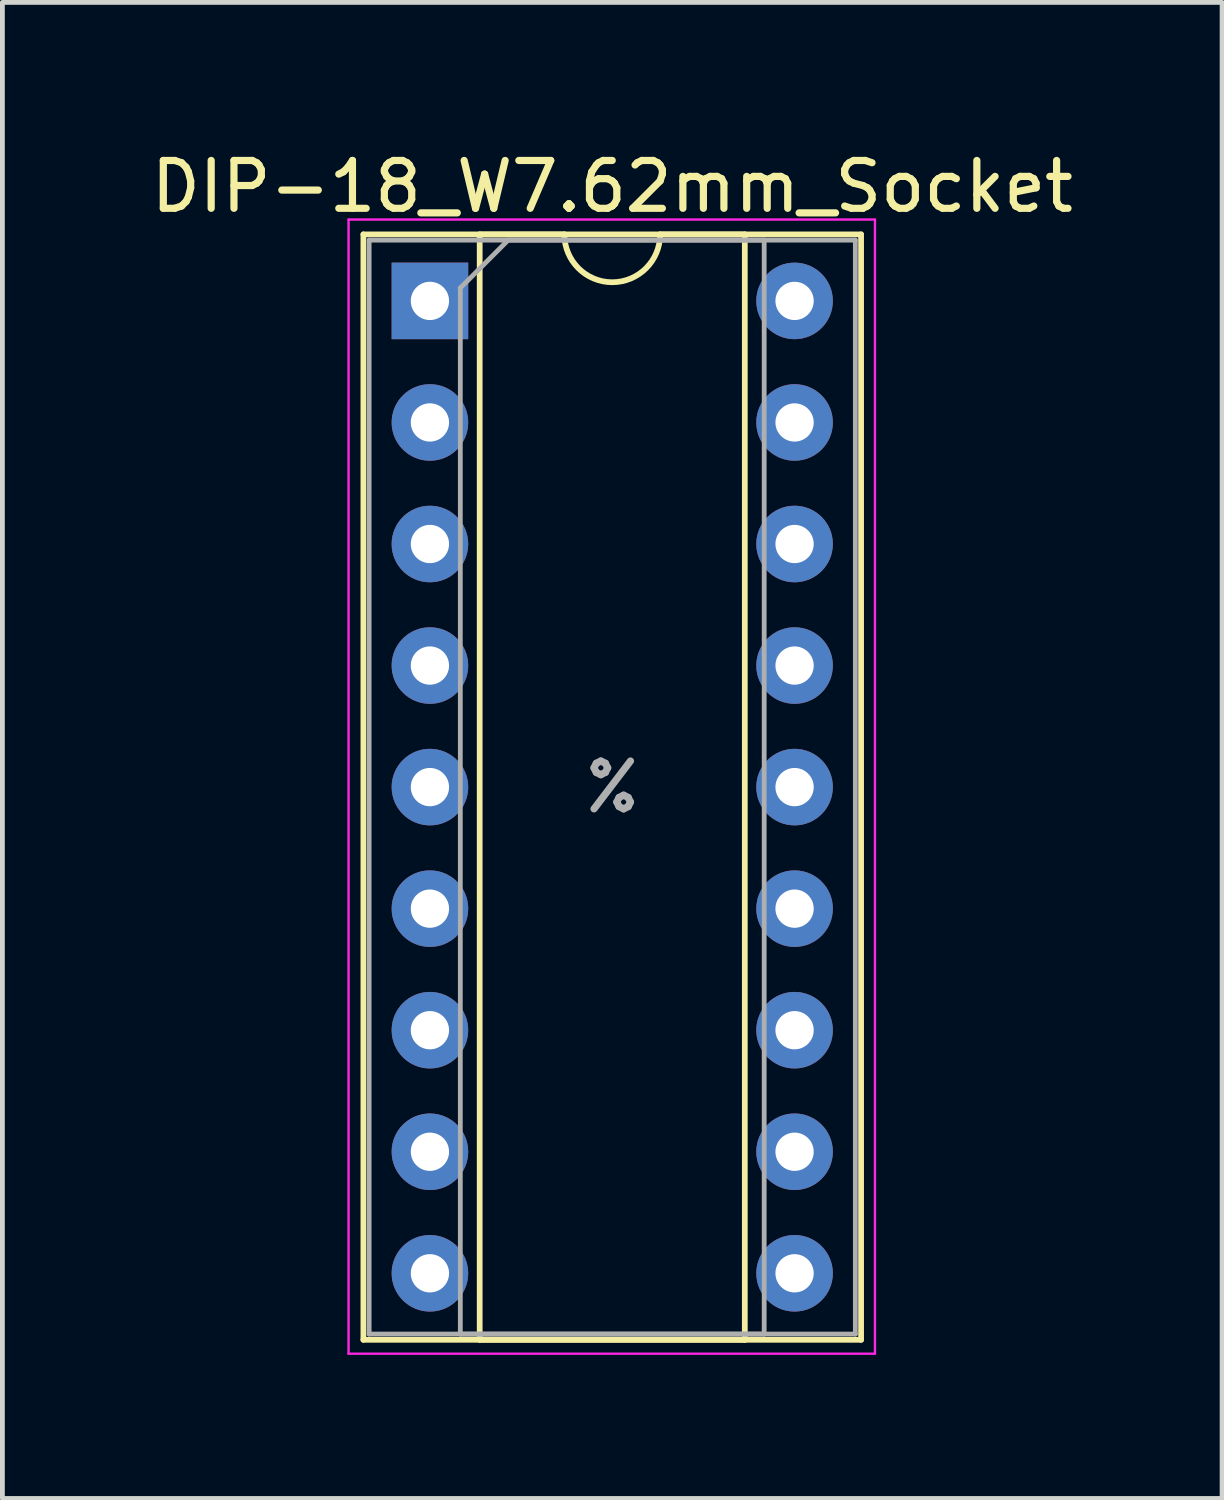
<source format=kicad_pcb>
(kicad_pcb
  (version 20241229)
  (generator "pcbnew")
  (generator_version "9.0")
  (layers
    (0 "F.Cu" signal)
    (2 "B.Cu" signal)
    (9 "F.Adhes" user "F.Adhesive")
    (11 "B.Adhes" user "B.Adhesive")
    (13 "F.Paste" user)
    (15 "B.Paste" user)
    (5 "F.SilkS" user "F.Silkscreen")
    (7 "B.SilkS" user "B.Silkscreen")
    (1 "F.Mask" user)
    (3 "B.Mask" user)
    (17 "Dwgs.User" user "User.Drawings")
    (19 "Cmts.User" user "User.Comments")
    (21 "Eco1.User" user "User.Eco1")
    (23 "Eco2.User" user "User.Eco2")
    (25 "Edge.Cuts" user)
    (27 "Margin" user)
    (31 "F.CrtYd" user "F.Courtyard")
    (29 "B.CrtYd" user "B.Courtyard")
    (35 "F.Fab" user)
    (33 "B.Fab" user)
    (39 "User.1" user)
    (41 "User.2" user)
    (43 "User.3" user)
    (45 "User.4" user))
  (footprint "DIP-18_W7.62mm_Socket"
    (layer "F.Cu")
    (at 5.934 3.238)
    (property "Reference" "DIP-18_W7.62mm_Socket" (at 3.81 -2.39 0) (layer "F.SilkS") (effects (font (size 1 1) (thickness 0.15))))
    (attr through_hole)
    (fp_line (start -1.39 -1.39) (end -1.39 21.71) (stroke (width 0.12) (type solid)) (layer "F.SilkS"))
    (fp_line (start -1.39 21.71) (end 9.01 21.71) (stroke (width 0.12) (type solid)) (layer "F.SilkS"))
    (fp_line (start 1.04 -1.39) (end 1.04 21.71) (stroke (width 0.12) (type solid)) (layer "F.SilkS"))
    (fp_line (start 1.04 21.71) (end 6.58 21.71) (stroke (width 0.12) (type solid)) (layer "F.SilkS"))
    (fp_line (start 2.81 -1.39) (end 1.04 -1.39) (stroke (width 0.12) (type solid)) (layer "F.SilkS"))
    (fp_line (start 6.58 -1.39) (end 4.81 -1.39) (stroke (width 0.12) (type solid)) (layer "F.SilkS"))
    (fp_line (start 6.58 21.71) (end 6.58 -1.39) (stroke (width 0.12) (type solid)) (layer "F.SilkS"))
    (fp_line (start 9.01 -1.39) (end -1.39 -1.39) (stroke (width 0.12) (type solid)) (layer "F.SilkS"))
    (fp_line (start 9.01 21.71) (end 9.01 -1.39) (stroke (width 0.12) (type solid)) (layer "F.SilkS"))
    (fp_arc (start 4.81 -1.39) (mid 3.81 -0.39) (end 2.81 -1.39) (stroke (width 0.12) (type solid)) (layer "F.SilkS"))
    (fp_line (start -1.7 -1.7) (end -1.7 22) (stroke (width 0.05) (type solid)) (layer "F.CrtYd"))
    (fp_line (start -1.7 22) (end 9.3 22) (stroke (width 0.05) (type solid)) (layer "F.CrtYd"))
    (fp_line (start 9.3 -1.7) (end -1.7 -1.7) (stroke (width 0.05) (type solid)) (layer "F.CrtYd"))
    (fp_line (start 9.3 22) (end 9.3 -1.7) (stroke (width 0.05) (type solid)) (layer "F.CrtYd"))
    (fp_line (start -1.27 -1.27) (end -1.27 21.59) (stroke (width 0.1) (type solid)) (layer "F.Fab"))
    (fp_line (start -1.27 21.59) (end 8.89 21.59) (stroke (width 0.1) (type solid)) (layer "F.Fab"))
    (fp_line (start 0.635 -0.27) (end 1.635 -1.27) (stroke (width 0.1) (type solid)) (layer "F.Fab"))
    (fp_line (start 0.635 21.59) (end 0.635 -0.27) (stroke (width 0.1) (type solid)) (layer "F.Fab"))
    (fp_line (start 1.635 -1.27) (end 6.985 -1.27) (stroke (width 0.1) (type solid)) (layer "F.Fab"))
    (fp_line (start 6.985 -1.27) (end 6.985 21.59) (stroke (width 0.1) (type solid)) (layer "F.Fab"))
    (fp_line (start 6.985 21.59) (end 0.635 21.59) (stroke (width 0.1) (type solid)) (layer "F.Fab"))
    (fp_line (start 8.89 -1.27) (end -1.27 -1.27) (stroke (width 0.1) (type solid)) (layer "F.Fab"))
    (fp_line (start 8.89 21.59) (end 8.89 -1.27) (stroke (width 0.1) (type solid)) (layer "F.Fab"))
    (fp_text user "%" (at 3.81 10.16 0) (layer "F.Fab") (effects (font (size 1 1) (thickness 0.15))))
    (pad "1" thru_hole rect (at 0 0) (size 1.6 1.6) (drill 0.8) (layers "*.Cu" "*.Mask"))
    (pad "2" thru_hole oval (at 0 2.54) (size 1.6 1.6) (drill 0.8) (layers "*.Cu" "*.Mask"))
    (pad "3" thru_hole oval (at 0 5.08) (size 1.6 1.6) (drill 0.8) (layers "*.Cu" "*.Mask"))
    (pad "4" thru_hole oval (at 0 7.62) (size 1.6 1.6) (drill 0.8) (layers "*.Cu" "*.Mask"))
    (pad "5" thru_hole oval (at 0 10.16) (size 1.6 1.6) (drill 0.8) (layers "*.Cu" "*.Mask"))
    (pad "6" thru_hole oval (at 0 12.7) (size 1.6 1.6) (drill 0.8) (layers "*.Cu" "*.Mask"))
    (pad "7" thru_hole oval (at 0 15.24) (size 1.6 1.6) (drill 0.8) (layers "*.Cu" "*.Mask"))
    (pad "8" thru_hole oval (at 0 17.78) (size 1.6 1.6) (drill 0.8) (layers "*.Cu" "*.Mask"))
    (pad "9" thru_hole oval (at 0 20.32) (size 1.6 1.6) (drill 0.8) (layers "*.Cu" "*.Mask"))
    (pad "10" thru_hole oval (at 7.62 20.32) (size 1.6 1.6) (drill 0.8) (layers "*.Cu" "*.Mask"))
    (pad "11" thru_hole oval (at 7.62 17.78) (size 1.6 1.6) (drill 0.8) (layers "*.Cu" "*.Mask"))
    (pad "12" thru_hole oval (at 7.62 15.24) (size 1.6 1.6) (drill 0.8) (layers "*.Cu" "*.Mask"))
    (pad "13" thru_hole oval (at 7.62 12.7) (size 1.6 1.6) (drill 0.8) (layers "*.Cu" "*.Mask"))
    (pad "14" thru_hole oval (at 7.62 10.16) (size 1.6 1.6) (drill 0.8) (layers "*.Cu" "*.Mask"))
    (pad "15" thru_hole oval (at 7.62 7.62) (size 1.6 1.6) (drill 0.8) (layers "*.Cu" "*.Mask"))
    (pad "16" thru_hole oval (at 7.62 5.08) (size 1.6 1.6) (drill 0.8) (layers "*.Cu" "*.Mask"))
    (pad "17" thru_hole oval (at 7.62 2.54) (size 1.6 1.6) (drill 0.8) (layers "*.Cu" "*.Mask"))
    (pad "18" thru_hole oval (at 7.62 0) (size 1.6 1.6) (drill 0.8) (layers "*.Cu" "*.Mask")))
  (gr_rect
    (start -3 -3)
    (end 22.488 28.263)
    (stroke (width 0.1) (type default))
    (fill no)
    (layer "Edge.Cuts")))
</source>
